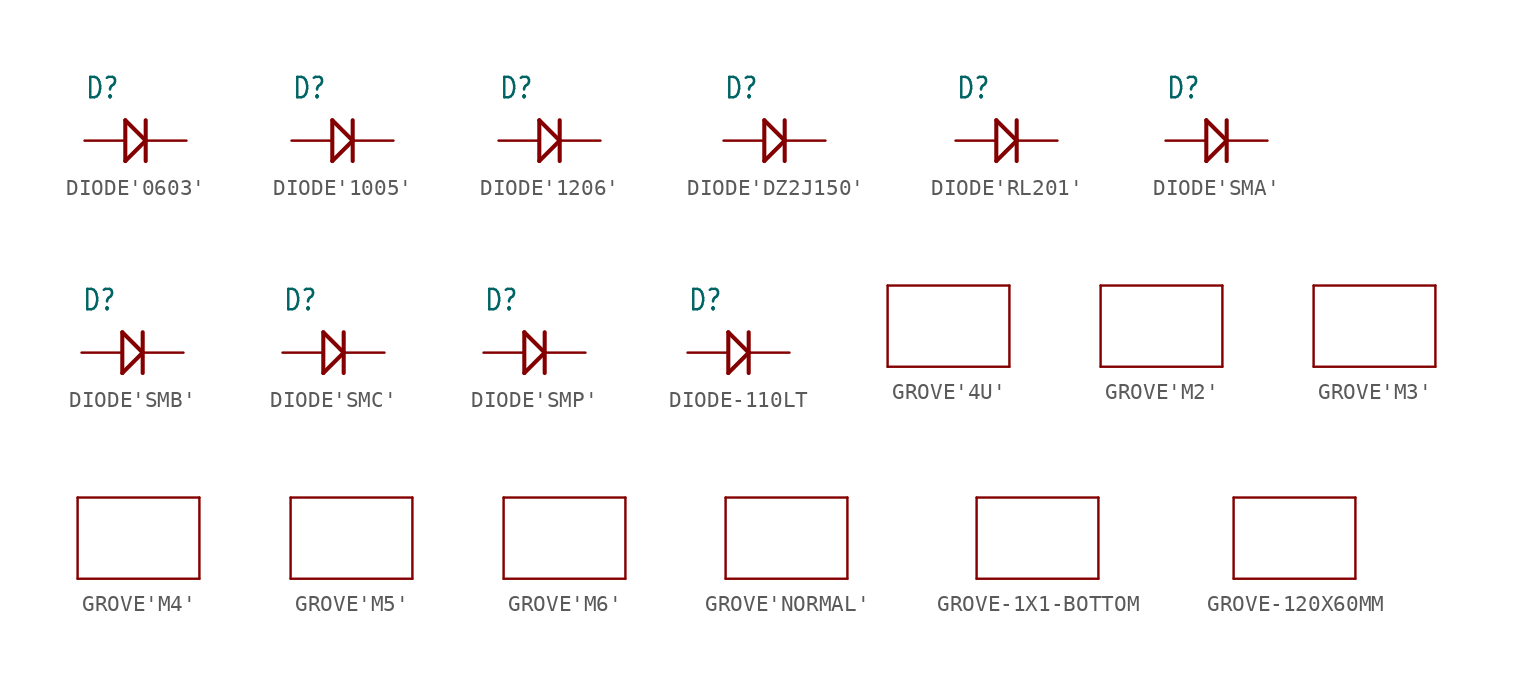
<source format=kicad_sym>
(kicad_symbol_lib
  (version 20220914)
  (generator kicad_symbol_editor)
  (symbol "DIODE'0603'"
    (property "Reference" "D"
      (at -3.81 2.54 0)
      (effects (font (size 1.27 1.079)) (justify left bottom)))
    (property "Value" ""
      (at -3.81 1.27 0)
      (effects (font (size 1.27 1.079)) (justify left bottom)))
    (property "ki_locked" ""
      (at 0 0 0)
      (effects (font (size 1.27 1.27))))
    (symbol "DIODE'0603'_1_0"
      (polyline (pts (xy -1.27 -1.27) (xy -1.27 1.27)) (stroke (width 0.254) (type solid)) (fill (type none)))
      (polyline (pts (xy -1.27 -1.27) (xy 0 0)) (stroke (width 0.254) (type solid)) (fill (type none)))
      (polyline (pts (xy -1.27 1.27) (xy 0 0)) (stroke (width 0.254) (type solid)) (fill (type none)))
      (polyline (pts (xy 0 0) (xy 0 -1.27)) (stroke (width 0.254) (type solid)) (fill (type none)))
      (polyline (pts (xy 0 1.27) (xy 0 0)) (stroke (width 0.254) (type solid)) (fill (type none)))
      (pin passive line (at -3.81 0 0) (length 2.54) (name "+" (effects (font (size 0 0)))) (number "+" (effects (font (size 0 0)))))
      (pin passive line (at 2.54 0 180) (length 2.54) (name "-" (effects (font (size 0 0)))) (number "-" (effects (font (size 0 0)))))))
  (symbol "DIODE'1005'"
    (property "Reference" "D"
      (at -3.81 2.54 0)
      (effects (font (size 1.27 1.079)) (justify left bottom)))
    (property "Value" ""
      (at -3.81 1.27 0)
      (effects (font (size 1.27 1.079)) (justify left bottom)))
    (property "ki_locked" ""
      (at 0 0 0)
      (effects (font (size 1.27 1.27))))
    (symbol "DIODE'1005'_1_0"
      (polyline (pts (xy -1.27 -1.27) (xy -1.27 1.27)) (stroke (width 0.254) (type solid)) (fill (type none)))
      (polyline (pts (xy -1.27 -1.27) (xy 0 0)) (stroke (width 0.254) (type solid)) (fill (type none)))
      (polyline (pts (xy -1.27 1.27) (xy 0 0)) (stroke (width 0.254) (type solid)) (fill (type none)))
      (polyline (pts (xy 0 0) (xy 0 -1.27)) (stroke (width 0.254) (type solid)) (fill (type none)))
      (polyline (pts (xy 0 1.27) (xy 0 0)) (stroke (width 0.254) (type solid)) (fill (type none)))
      (pin passive line (at -3.81 0 0) (length 2.54) (name "+" (effects (font (size 0 0)))) (number "+" (effects (font (size 0 0)))))
      (pin passive line (at 2.54 0 180) (length 2.54) (name "-" (effects (font (size 0 0)))) (number "-" (effects (font (size 0 0)))))))
  (symbol "DIODE'1206'"
    (property "Reference" "D"
      (at -3.81 2.54 0)
      (effects (font (size 1.27 1.079)) (justify left bottom)))
    (property "Value" ""
      (at -3.81 1.27 0)
      (effects (font (size 1.27 1.079)) (justify left bottom)))
    (property "ki_locked" ""
      (at 0 0 0)
      (effects (font (size 1.27 1.27))))
    (symbol "DIODE'1206'_1_0"
      (polyline (pts (xy -1.27 -1.27) (xy -1.27 1.27)) (stroke (width 0.254) (type solid)) (fill (type none)))
      (polyline (pts (xy -1.27 -1.27) (xy 0 0)) (stroke (width 0.254) (type solid)) (fill (type none)))
      (polyline (pts (xy -1.27 1.27) (xy 0 0)) (stroke (width 0.254) (type solid)) (fill (type none)))
      (polyline (pts (xy 0 0) (xy 0 -1.27)) (stroke (width 0.254) (type solid)) (fill (type none)))
      (polyline (pts (xy 0 1.27) (xy 0 0)) (stroke (width 0.254) (type solid)) (fill (type none)))
      (pin passive line (at -3.81 0 0) (length 2.54) (name "+" (effects (font (size 0 0)))) (number "+" (effects (font (size 0 0)))))
      (pin passive line (at 2.54 0 180) (length 2.54) (name "-" (effects (font (size 0 0)))) (number "-" (effects (font (size 0 0)))))))
  (symbol "DIODE'DZ2J150'"
    (property "Reference" "D"
      (at -3.81 2.54 0)
      (effects (font (size 1.27 1.079)) (justify left bottom)))
    (property "Value" ""
      (at -3.81 1.27 0)
      (effects (font (size 1.27 1.079)) (justify left bottom)))
    (property "ki_locked" ""
      (at 0 0 0)
      (effects (font (size 1.27 1.27))))
    (symbol "DIODE'DZ2J150'_1_0"
      (polyline (pts (xy -1.27 -1.27) (xy -1.27 1.27)) (stroke (width 0.254) (type solid)) (fill (type none)))
      (polyline (pts (xy -1.27 -1.27) (xy 0 0)) (stroke (width 0.254) (type solid)) (fill (type none)))
      (polyline (pts (xy -1.27 1.27) (xy 0 0)) (stroke (width 0.254) (type solid)) (fill (type none)))
      (polyline (pts (xy 0 0) (xy 0 -1.27)) (stroke (width 0.254) (type solid)) (fill (type none)))
      (polyline (pts (xy 0 1.27) (xy 0 0)) (stroke (width 0.254) (type solid)) (fill (type none)))
      (pin passive line (at -3.81 0 0) (length 2.54) (name "+" (effects (font (size 0 0)))) (number "+" (effects (font (size 0 0)))))
      (pin passive line (at 2.54 0 180) (length 2.54) (name "-" (effects (font (size 0 0)))) (number "-" (effects (font (size 0 0)))))))
  (symbol "DIODE'RL201'"
    (property "Reference" "D"
      (at -3.81 2.54 0)
      (effects (font (size 1.27 1.079)) (justify left bottom)))
    (property "Value" ""
      (at -3.81 1.27 0)
      (effects (font (size 1.27 1.079)) (justify left bottom)))
    (property "ki_locked" ""
      (at 0 0 0)
      (effects (font (size 1.27 1.27))))
    (symbol "DIODE'RL201'_1_0"
      (polyline (pts (xy -1.27 -1.27) (xy -1.27 1.27)) (stroke (width 0.254) (type solid)) (fill (type none)))
      (polyline (pts (xy -1.27 -1.27) (xy 0 0)) (stroke (width 0.254) (type solid)) (fill (type none)))
      (polyline (pts (xy -1.27 1.27) (xy 0 0)) (stroke (width 0.254) (type solid)) (fill (type none)))
      (polyline (pts (xy 0 0) (xy 0 -1.27)) (stroke (width 0.254) (type solid)) (fill (type none)))
      (polyline (pts (xy 0 1.27) (xy 0 0)) (stroke (width 0.254) (type solid)) (fill (type none)))
      (pin passive line (at -3.81 0 0) (length 2.54) (name "+" (effects (font (size 0 0)))) (number "+" (effects (font (size 0 0)))))
      (pin passive line (at 2.54 0 180) (length 2.54) (name "-" (effects (font (size 0 0)))) (number "-" (effects (font (size 0 0)))))))
  (symbol "DIODE'SMA'"
    (property "Reference" "D"
      (at -3.81 2.54 0)
      (effects (font (size 1.27 1.079)) (justify left bottom)))
    (property "Value" ""
      (at -3.81 1.27 0)
      (effects (font (size 1.27 1.079)) (justify left bottom)))
    (property "ki_locked" ""
      (at 0 0 0)
      (effects (font (size 1.27 1.27))))
    (symbol "DIODE'SMA'_1_0"
      (polyline (pts (xy -1.27 -1.27) (xy -1.27 1.27)) (stroke (width 0.254) (type solid)) (fill (type none)))
      (polyline (pts (xy -1.27 -1.27) (xy 0 0)) (stroke (width 0.254) (type solid)) (fill (type none)))
      (polyline (pts (xy -1.27 1.27) (xy 0 0)) (stroke (width 0.254) (type solid)) (fill (type none)))
      (polyline (pts (xy 0 0) (xy 0 -1.27)) (stroke (width 0.254) (type solid)) (fill (type none)))
      (polyline (pts (xy 0 1.27) (xy 0 0)) (stroke (width 0.254) (type solid)) (fill (type none)))
      (pin passive line (at -3.81 0 0) (length 2.54) (name "+" (effects (font (size 0 0)))) (number "1" (effects (font (size 0 0)))))
      (pin passive line (at 2.54 0 180) (length 2.54) (name "-" (effects (font (size 0 0)))) (number "2" (effects (font (size 0 0)))))))
  (symbol "DIODE'SMB'"
    (property "Reference" "D"
      (at -3.81 2.54 0)
      (effects (font (size 1.27 1.079)) (justify left bottom)))
    (property "Value" ""
      (at -3.81 1.27 0)
      (effects (font (size 1.27 1.079)) (justify left bottom)))
    (property "ki_locked" ""
      (at 0 0 0)
      (effects (font (size 1.27 1.27))))
    (symbol "DIODE'SMB'_1_0"
      (polyline (pts (xy -1.27 -1.27) (xy -1.27 1.27)) (stroke (width 0.254) (type solid)) (fill (type none)))
      (polyline (pts (xy -1.27 -1.27) (xy 0 0)) (stroke (width 0.254) (type solid)) (fill (type none)))
      (polyline (pts (xy -1.27 1.27) (xy 0 0)) (stroke (width 0.254) (type solid)) (fill (type none)))
      (polyline (pts (xy 0 0) (xy 0 -1.27)) (stroke (width 0.254) (type solid)) (fill (type none)))
      (polyline (pts (xy 0 1.27) (xy 0 0)) (stroke (width 0.254) (type solid)) (fill (type none)))
      (pin passive line (at -3.81 0 0) (length 2.54) (name "+" (effects (font (size 0 0)))) (number "1" (effects (font (size 0 0)))))
      (pin passive line (at 2.54 0 180) (length 2.54) (name "-" (effects (font (size 0 0)))) (number "2" (effects (font (size 0 0)))))))
  (symbol "DIODE'SMC'"
    (property "Reference" "D"
      (at -3.81 2.54 0)
      (effects (font (size 1.27 1.079)) (justify left bottom)))
    (property "Value" ""
      (at -3.81 1.27 0)
      (effects (font (size 1.27 1.079)) (justify left bottom)))
    (property "ki_locked" ""
      (at 0 0 0)
      (effects (font (size 1.27 1.27))))
    (symbol "DIODE'SMC'_1_0"
      (polyline (pts (xy -1.27 -1.27) (xy -1.27 1.27)) (stroke (width 0.254) (type solid)) (fill (type none)))
      (polyline (pts (xy -1.27 -1.27) (xy 0 0)) (stroke (width 0.254) (type solid)) (fill (type none)))
      (polyline (pts (xy -1.27 1.27) (xy 0 0)) (stroke (width 0.254) (type solid)) (fill (type none)))
      (polyline (pts (xy 0 0) (xy 0 -1.27)) (stroke (width 0.254) (type solid)) (fill (type none)))
      (polyline (pts (xy 0 1.27) (xy 0 0)) (stroke (width 0.254) (type solid)) (fill (type none)))
      (pin passive line (at -3.81 0 0) (length 2.54) (name "+" (effects (font (size 0 0)))) (number "1" (effects (font (size 0 0)))))
      (pin passive line (at 2.54 0 180) (length 2.54) (name "-" (effects (font (size 0 0)))) (number "2" (effects (font (size 0 0)))))))
  (symbol "DIODE'SMP'"
    (property "Reference" "D"
      (at -3.81 2.54 0)
      (effects (font (size 1.27 1.079)) (justify left bottom)))
    (property "Value" ""
      (at -3.81 1.27 0)
      (effects (font (size 1.27 1.079)) (justify left bottom)))
    (property "ki_locked" ""
      (at 0 0 0)
      (effects (font (size 1.27 1.27))))
    (symbol "DIODE'SMP'_1_0"
      (polyline (pts (xy -1.27 -1.27) (xy -1.27 1.27)) (stroke (width 0.254) (type solid)) (fill (type none)))
      (polyline (pts (xy -1.27 -1.27) (xy 0 0)) (stroke (width 0.254) (type solid)) (fill (type none)))
      (polyline (pts (xy -1.27 1.27) (xy 0 0)) (stroke (width 0.254) (type solid)) (fill (type none)))
      (polyline (pts (xy 0 0) (xy 0 -1.27)) (stroke (width 0.254) (type solid)) (fill (type none)))
      (polyline (pts (xy 0 1.27) (xy 0 0)) (stroke (width 0.254) (type solid)) (fill (type none)))
      (pin passive line (at -3.81 0 0) (length 2.54) (name "+" (effects (font (size 0 0)))) (number "+" (effects (font (size 0 0)))))
      (pin passive line (at 2.54 0 180) (length 2.54) (name "-" (effects (font (size 0 0)))) (number "-" (effects (font (size 0 0)))))))
  (symbol "DIODE-110LT"
    (property "Reference" "D"
      (at -3.81 2.54 0)
      (effects (font (size 1.27 1.079)) (justify left bottom)))
    (property "Value" ""
      (at -3.81 1.27 0)
      (effects (font (size 1.27 1.079)) (justify left bottom)))
    (property "ki_locked" ""
      (at 0 0 0)
      (effects (font (size 1.27 1.27))))
    (symbol "DIODE-110LT_1_0"
      (polyline (pts (xy -1.27 -1.27) (xy -1.27 1.27)) (stroke (width 0.254) (type solid)) (fill (type none)))
      (polyline (pts (xy -1.27 -1.27) (xy 0 0)) (stroke (width 0.254) (type solid)) (fill (type none)))
      (polyline (pts (xy -1.27 1.27) (xy 0 0)) (stroke (width 0.254) (type solid)) (fill (type none)))
      (polyline (pts (xy 0 0) (xy 0 -1.27)) (stroke (width 0.254) (type solid)) (fill (type none)))
      (polyline (pts (xy 0 1.27) (xy 0 0)) (stroke (width 0.254) (type solid)) (fill (type none)))
      (pin passive line (at -3.81 0 0) (length 2.54) (name "+" (effects (font (size 0 0)))) (number "+" (effects (font (size 0 0)))))
      (pin passive line (at 2.54 0 180) (length 2.54) (name "-" (effects (font (size 0 0)))) (number "-" (effects (font (size 0 0)))))))
  (symbol "GROVE'4U'"
    (property "Reference" "U"
      (at -6.35 3.81 0)
      (effects (font (size 1.27 1.079)) (justify left bottom) hide))
    (property "ki_locked" ""
      (at 0 0 0)
      (effects (font (size 1.27 1.27))))
    (symbol "GROVE'4U'_1_0"
      (polyline (pts (xy -3.81 -2.54) (xy -3.81 2.54)) (stroke (width 0.152) (type solid)) (fill (type none)))
      (polyline (pts (xy -3.81 2.54) (xy 3.81 2.54)) (stroke (width 0.152) (type solid)) (fill (type none)))
      (polyline (pts (xy 3.81 -2.54) (xy -3.81 -2.54)) (stroke (width 0.152) (type solid)) (fill (type none)))
      (polyline (pts (xy 3.81 2.54) (xy 3.81 -2.54)) (stroke (width 0.152) (type solid)) (fill (type none)))))
  (symbol "GROVE'M2'"
    (property "Reference" "U"
      (at -6.35 3.81 0)
      (effects (font (size 1.27 1.079)) (justify left bottom) hide))
    (property "ki_locked" ""
      (at 0 0 0)
      (effects (font (size 1.27 1.27))))
    (symbol "GROVE'M2'_1_0"
      (polyline (pts (xy -3.81 -2.54) (xy -3.81 2.54)) (stroke (width 0.152) (type solid)) (fill (type none)))
      (polyline (pts (xy -3.81 2.54) (xy 3.81 2.54)) (stroke (width 0.152) (type solid)) (fill (type none)))
      (polyline (pts (xy 3.81 -2.54) (xy -3.81 -2.54)) (stroke (width 0.152) (type solid)) (fill (type none)))
      (polyline (pts (xy 3.81 2.54) (xy 3.81 -2.54)) (stroke (width 0.152) (type solid)) (fill (type none)))))
  (symbol "GROVE'M3'"
    (property "Reference" "U"
      (at -6.35 3.81 0)
      (effects (font (size 1.27 1.079)) (justify left bottom) hide))
    (property "ki_locked" ""
      (at 0 0 0)
      (effects (font (size 1.27 1.27))))
    (symbol "GROVE'M3'_1_0"
      (polyline (pts (xy -3.81 -2.54) (xy -3.81 2.54)) (stroke (width 0.152) (type solid)) (fill (type none)))
      (polyline (pts (xy -3.81 2.54) (xy 3.81 2.54)) (stroke (width 0.152) (type solid)) (fill (type none)))
      (polyline (pts (xy 3.81 -2.54) (xy -3.81 -2.54)) (stroke (width 0.152) (type solid)) (fill (type none)))
      (polyline (pts (xy 3.81 2.54) (xy 3.81 -2.54)) (stroke (width 0.152) (type solid)) (fill (type none)))))
  (symbol "GROVE'M4'"
    (property "Reference" "U"
      (at -6.35 3.81 0)
      (effects (font (size 1.27 1.079)) (justify left bottom) hide))
    (property "ki_locked" ""
      (at 0 0 0)
      (effects (font (size 1.27 1.27))))
    (symbol "GROVE'M4'_1_0"
      (polyline (pts (xy -3.81 -2.54) (xy -3.81 2.54)) (stroke (width 0.152) (type solid)) (fill (type none)))
      (polyline (pts (xy -3.81 2.54) (xy 3.81 2.54)) (stroke (width 0.152) (type solid)) (fill (type none)))
      (polyline (pts (xy 3.81 -2.54) (xy -3.81 -2.54)) (stroke (width 0.152) (type solid)) (fill (type none)))
      (polyline (pts (xy 3.81 2.54) (xy 3.81 -2.54)) (stroke (width 0.152) (type solid)) (fill (type none)))))
  (symbol "GROVE'M5'"
    (property "Reference" "U"
      (at -6.35 3.81 0)
      (effects (font (size 1.27 1.079)) (justify left bottom) hide))
    (property "ki_locked" ""
      (at 0 0 0)
      (effects (font (size 1.27 1.27))))
    (symbol "GROVE'M5'_1_0"
      (polyline (pts (xy -3.81 -2.54) (xy -3.81 2.54)) (stroke (width 0.152) (type solid)) (fill (type none)))
      (polyline (pts (xy -3.81 2.54) (xy 3.81 2.54)) (stroke (width 0.152) (type solid)) (fill (type none)))
      (polyline (pts (xy 3.81 -2.54) (xy -3.81 -2.54)) (stroke (width 0.152) (type solid)) (fill (type none)))
      (polyline (pts (xy 3.81 2.54) (xy 3.81 -2.54)) (stroke (width 0.152) (type solid)) (fill (type none)))))
  (symbol "GROVE'M6'"
    (property "Reference" "U"
      (at -6.35 3.81 0)
      (effects (font (size 1.27 1.079)) (justify left bottom) hide))
    (property "ki_locked" ""
      (at 0 0 0)
      (effects (font (size 1.27 1.27))))
    (symbol "GROVE'M6'_1_0"
      (polyline (pts (xy -3.81 -2.54) (xy -3.81 2.54)) (stroke (width 0.152) (type solid)) (fill (type none)))
      (polyline (pts (xy -3.81 2.54) (xy 3.81 2.54)) (stroke (width 0.152) (type solid)) (fill (type none)))
      (polyline (pts (xy 3.81 -2.54) (xy -3.81 -2.54)) (stroke (width 0.152) (type solid)) (fill (type none)))
      (polyline (pts (xy 3.81 2.54) (xy 3.81 -2.54)) (stroke (width 0.152) (type solid)) (fill (type none)))))
  (symbol "GROVE'NORMAL'"
    (property "Reference" "U"
      (at -6.35 3.81 0)
      (effects (font (size 1.27 1.079)) (justify left bottom) hide))
    (property "ki_locked" ""
      (at 0 0 0)
      (effects (font (size 1.27 1.27))))
    (symbol "GROVE'NORMAL'_1_0"
      (polyline (pts (xy -3.81 -2.54) (xy -3.81 2.54)) (stroke (width 0.152) (type solid)) (fill (type none)))
      (polyline (pts (xy -3.81 2.54) (xy 3.81 2.54)) (stroke (width 0.152) (type solid)) (fill (type none)))
      (polyline (pts (xy 3.81 -2.54) (xy -3.81 -2.54)) (stroke (width 0.152) (type solid)) (fill (type none)))
      (polyline (pts (xy 3.81 2.54) (xy 3.81 -2.54)) (stroke (width 0.152) (type solid)) (fill (type none)))))
  (symbol "GROVE-1X1-BOTTOM"
    (property "Reference" "U"
      (at -6.35 3.81 0)
      (effects (font (size 1.27 1.079)) (justify left bottom) hide))
    (property "ki_locked" ""
      (at 0 0 0)
      (effects (font (size 1.27 1.27))))
    (symbol "GROVE-1X1-BOTTOM_1_0"
      (polyline (pts (xy -3.81 -2.54) (xy -3.81 2.54)) (stroke (width 0.152) (type solid)) (fill (type none)))
      (polyline (pts (xy -3.81 2.54) (xy 3.81 2.54)) (stroke (width 0.152) (type solid)) (fill (type none)))
      (polyline (pts (xy 3.81 -2.54) (xy -3.81 -2.54)) (stroke (width 0.152) (type solid)) (fill (type none)))
      (polyline (pts (xy 3.81 2.54) (xy 3.81 -2.54)) (stroke (width 0.152) (type solid)) (fill (type none)))))
  (symbol "GROVE-120X60MM"
    (property "Reference" "U"
      (at -6.35 3.81 0)
      (effects (font (size 1.27 1.079)) (justify left bottom) hide))
    (property "ki_locked" ""
      (at 0 0 0)
      (effects (font (size 1.27 1.27))))
    (symbol "GROVE-120X60MM_1_0"
      (polyline (pts (xy -3.81 -2.54) (xy -3.81 2.54)) (stroke (width 0.152) (type solid)) (fill (type none)))
      (polyline (pts (xy -3.81 2.54) (xy 3.81 2.54)) (stroke (width 0.152) (type solid)) (fill (type none)))
      (polyline (pts (xy 3.81 -2.54) (xy -3.81 -2.54)) (stroke (width 0.152) (type solid)) (fill (type none)))
      (polyline (pts (xy 3.81 2.54) (xy 3.81 -2.54)) (stroke (width 0.152) (type solid)) (fill (type none))))))
</source>
